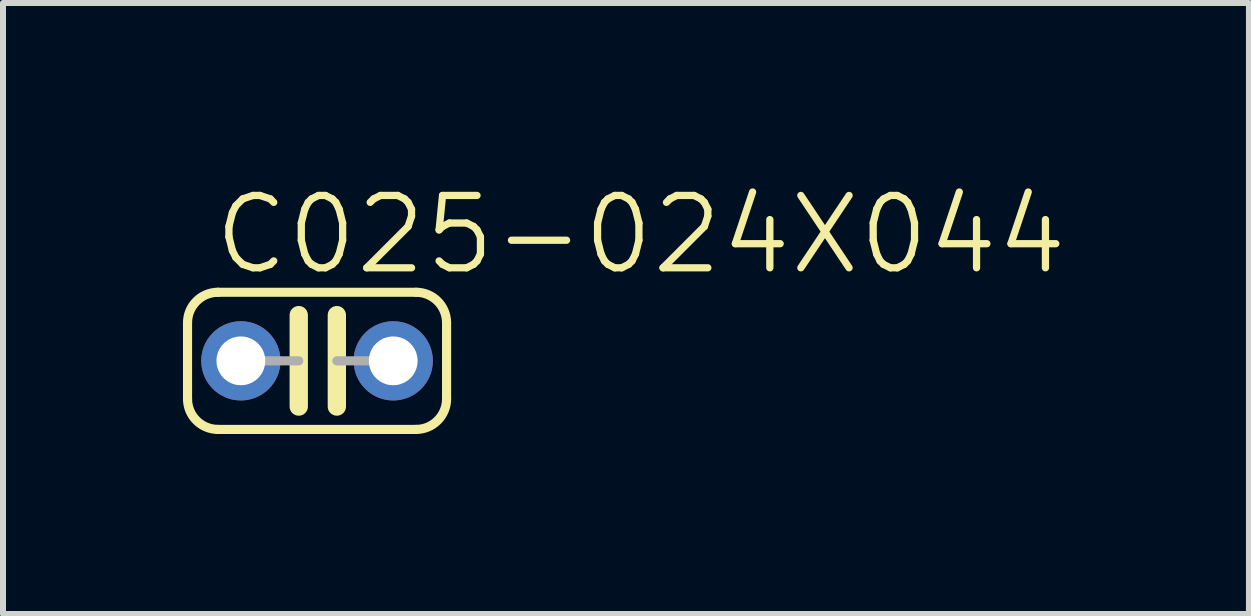
<source format=kicad_pcb>
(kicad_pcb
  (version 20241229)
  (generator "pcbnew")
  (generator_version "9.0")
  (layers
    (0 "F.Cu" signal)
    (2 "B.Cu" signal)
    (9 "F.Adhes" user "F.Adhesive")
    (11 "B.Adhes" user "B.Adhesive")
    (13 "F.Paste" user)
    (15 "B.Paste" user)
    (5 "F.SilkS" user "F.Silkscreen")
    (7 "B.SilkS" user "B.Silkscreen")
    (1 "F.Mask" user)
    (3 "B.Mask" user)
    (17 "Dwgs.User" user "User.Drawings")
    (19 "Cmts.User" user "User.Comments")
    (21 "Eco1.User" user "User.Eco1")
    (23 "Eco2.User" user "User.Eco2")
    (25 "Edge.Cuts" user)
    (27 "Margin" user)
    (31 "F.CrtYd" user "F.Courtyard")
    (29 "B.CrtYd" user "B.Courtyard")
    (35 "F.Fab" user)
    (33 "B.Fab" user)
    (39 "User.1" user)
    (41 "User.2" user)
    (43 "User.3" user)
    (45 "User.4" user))
  (footprint "C025-024X044"
    (layer "F.Cu")
    (at 2.235 2.965)
    (property "Reference" "C025-024X044" (at -1.778 -1.397 180) (layer "F.SilkS") (effects (font (size 1.206 1.206) (thickness 0.121)) (justify left bottom)))
    (attr through_hole)
    (fp_line (start -2.159 0.635) (end -2.159 -0.635) (stroke (width 0.152) (type solid)) (layer "F.SilkS"))
    (fp_line (start -0.305 -0.762) (end -0.305 0.762) (stroke (width 0.305) (type solid)) (layer "F.SilkS"))
    (fp_line (start 0.33 -0.762) (end 0.33 0.762) (stroke (width 0.305) (type solid)) (layer "F.SilkS"))
    (fp_line (start 1.651 -1.143) (end -1.651 -1.143) (stroke (width 0.152) (type solid)) (layer "F.SilkS"))
    (fp_line (start 1.651 1.143) (end -1.651 1.143) (stroke (width 0.152) (type solid)) (layer "F.SilkS"))
    (fp_line (start 2.159 0.635) (end 2.159 -0.635) (stroke (width 0.152) (type solid)) (layer "F.SilkS"))
    (fp_arc (start -2.159 -0.635) (mid -2.01021 -0.99421) (end -1.651 -1.143) (stroke (width 0.1524) (type solid)) (layer "F.SilkS"))
    (fp_arc (start -1.651 1.143) (mid -2.01021 0.99421) (end -2.159 0.635) (stroke (width 0.1524) (type solid)) (layer "F.SilkS"))
    (fp_arc (start 1.651 -1.143) (mid 2.01021 -0.99421) (end 2.159 -0.635) (stroke (width 0.1524) (type solid)) (layer "F.SilkS"))
    (fp_arc (start 2.159 0.635) (mid 2.01021 0.99421) (end 1.651 1.143) (stroke (width 0.1524) (type solid)) (layer "F.SilkS"))
    (fp_line (start -1.27 0) (end -0.305 0) (stroke (width 0.152) (type solid)) (layer "F.Fab"))
    (fp_line (start 1.27 0) (end 0.33 0) (stroke (width 0.152) (type solid)) (layer "F.Fab"))
    (pad "1" thru_hole circle (at -1.27 0) (size 1.321 1.321) (drill 0.813) (layers "*.Cu" "*.Mask"))
    (pad "2" thru_hole circle (at 1.27 0) (size 1.321 1.321) (drill 0.813) (layers "*.Cu" "*.Mask")))
  (gr_rect
    (start -3 -3)
    (end 17.769 7.185)
    (stroke (width 0.1) (type default))
    (fill no)
    (layer "Edge.Cuts")))
</source>
